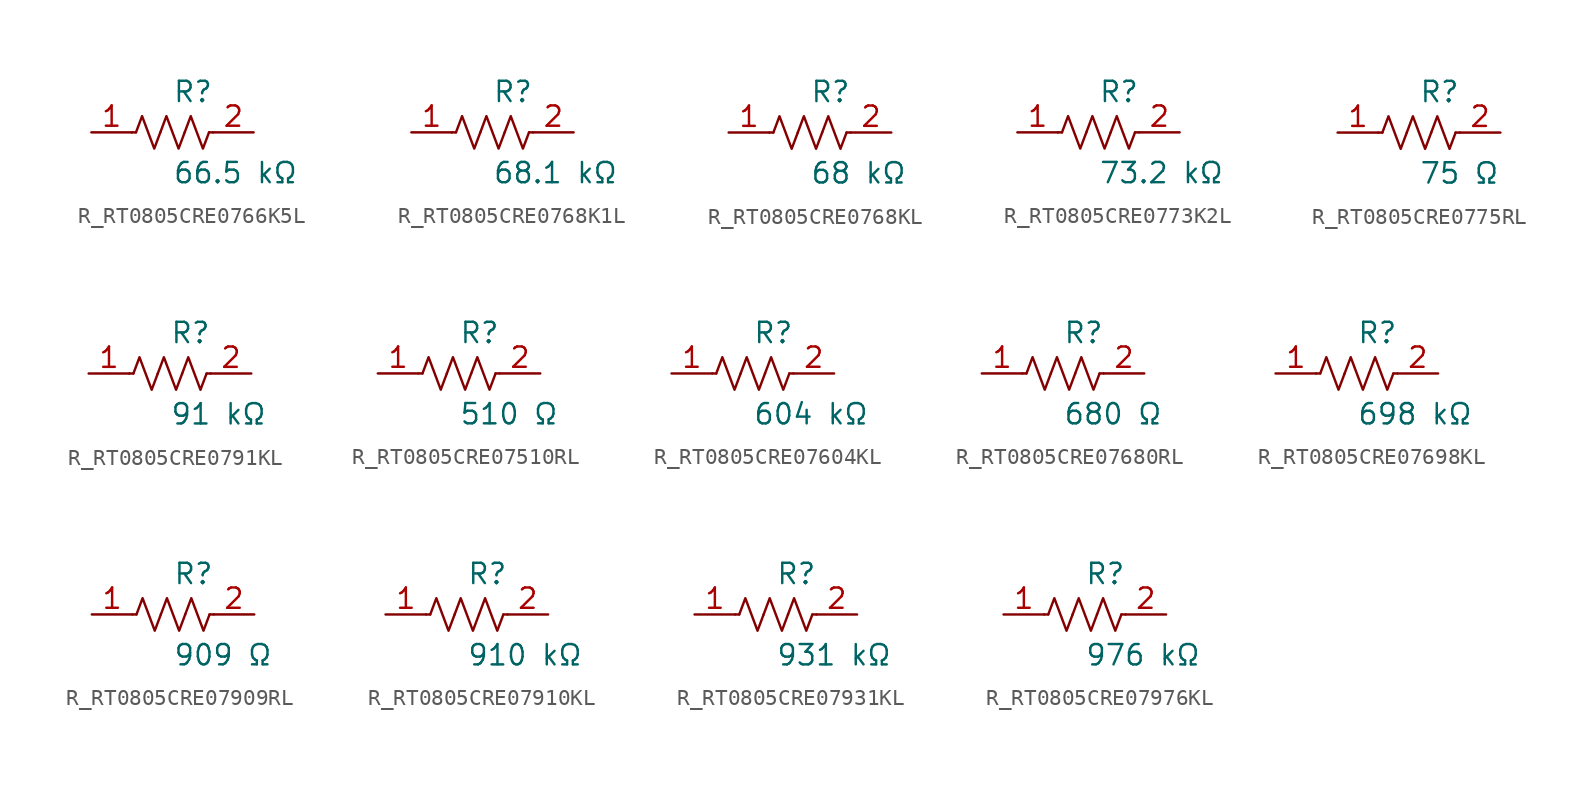
<source format=kicad_sym>
(kicad_symbol_lib
  (version 20231120)
  (generator kicad_symbol_editor)
  (generator_version 8.0)
  (symbol "R_RT0805CRE0766K5L"
    (pin_names
      (offset 0.254))
    (property "Reference" "R"
      (at 0 2.54 0)
      (effects (font (size 1.27 1.27)) (justify left)))
    (property "Value" "66.5 kΩ"
      (at 0 -2.54 0)
      (effects (font (size 1.27 1.27)) (justify left)))
    (symbol "R_RT0805CRE0766K5L_0_1"
      (polyline (pts (xy 2.286 0) (xy 2.54 0)) (stroke (width 0) (type default)) (fill (type none)))
      (polyline (pts (xy -2.286 0) (xy -2.54 0)) (stroke (width 0) (type default)) (fill (type none)))
      (polyline (pts (xy 0.762 0) (xy 1.143 1.016) (xy 1.524 0) (xy 1.905 -1.016) (xy 2.286 0)) (stroke (width 0) (type default)) (fill (type none)))
      (polyline (pts (xy -0.762 0) (xy -0.381 1.016) (xy 0 0) (xy 0.381 -1.016) (xy 0.762 0)) (stroke (width 0) (type default)) (fill (type none)))
      (polyline (pts (xy -2.286 0) (xy -1.905 1.016) (xy -1.524 0) (xy -1.143 -1.016) (xy -0.762 0)) (stroke (width 0) (type default)) (fill (type none))))
    (pin unspecified line
      (at -5.08 0 0)
      (length 2.54)
      (name "" (effects (font (size 1.27 1.27))))
      (number "1" (effects (font (size 1.27 1.27)))))
    (pin unspecified line
      (at 5.08 0 180)
      (length 2.54)
      (name "" (effects (font (size 1.27 1.27))))
      (number "2" (effects (font (size 1.27 1.27))))))
  (symbol "R_RT0805CRE0768K1L"
    (pin_names
      (offset 0.254))
    (property "Reference" "R"
      (at 0 2.54 0)
      (effects (font (size 1.27 1.27)) (justify left)))
    (property "Value" "68.1 kΩ"
      (at 0 -2.54 0)
      (effects (font (size 1.27 1.27)) (justify left)))
    (symbol "R_RT0805CRE0768K1L_0_1"
      (polyline (pts (xy 2.286 0) (xy 2.54 0)) (stroke (width 0) (type default)) (fill (type none)))
      (polyline (pts (xy -2.286 0) (xy -2.54 0)) (stroke (width 0) (type default)) (fill (type none)))
      (polyline (pts (xy 0.762 0) (xy 1.143 1.016) (xy 1.524 0) (xy 1.905 -1.016) (xy 2.286 0)) (stroke (width 0) (type default)) (fill (type none)))
      (polyline (pts (xy -0.762 0) (xy -0.381 1.016) (xy 0 0) (xy 0.381 -1.016) (xy 0.762 0)) (stroke (width 0) (type default)) (fill (type none)))
      (polyline (pts (xy -2.286 0) (xy -1.905 1.016) (xy -1.524 0) (xy -1.143 -1.016) (xy -0.762 0)) (stroke (width 0) (type default)) (fill (type none))))
    (pin unspecified line
      (at -5.08 0 0)
      (length 2.54)
      (name "" (effects (font (size 1.27 1.27))))
      (number "1" (effects (font (size 1.27 1.27)))))
    (pin unspecified line
      (at 5.08 0 180)
      (length 2.54)
      (name "" (effects (font (size 1.27 1.27))))
      (number "2" (effects (font (size 1.27 1.27))))))
  (symbol "R_RT0805CRE0768KL"
    (pin_names
      (offset 0.254))
    (property "Reference" "R"
      (at 0 2.54 0)
      (effects (font (size 1.27 1.27)) (justify left)))
    (property "Value" "68 kΩ"
      (at 0 -2.54 0)
      (effects (font (size 1.27 1.27)) (justify left)))
    (symbol "R_RT0805CRE0768KL_0_1"
      (polyline (pts (xy 2.286 0) (xy 2.54 0)) (stroke (width 0) (type default)) (fill (type none)))
      (polyline (pts (xy -2.286 0) (xy -2.54 0)) (stroke (width 0) (type default)) (fill (type none)))
      (polyline (pts (xy 0.762 0) (xy 1.143 1.016) (xy 1.524 0) (xy 1.905 -1.016) (xy 2.286 0)) (stroke (width 0) (type default)) (fill (type none)))
      (polyline (pts (xy -0.762 0) (xy -0.381 1.016) (xy 0 0) (xy 0.381 -1.016) (xy 0.762 0)) (stroke (width 0) (type default)) (fill (type none)))
      (polyline (pts (xy -2.286 0) (xy -1.905 1.016) (xy -1.524 0) (xy -1.143 -1.016) (xy -0.762 0)) (stroke (width 0) (type default)) (fill (type none))))
    (pin unspecified line
      (at -5.08 0 0)
      (length 2.54)
      (name "" (effects (font (size 1.27 1.27))))
      (number "1" (effects (font (size 1.27 1.27)))))
    (pin unspecified line
      (at 5.08 0 180)
      (length 2.54)
      (name "" (effects (font (size 1.27 1.27))))
      (number "2" (effects (font (size 1.27 1.27))))))
  (symbol "R_RT0805CRE0773K2L"
    (pin_names
      (offset 0.254))
    (property "Reference" "R"
      (at 0 2.54 0)
      (effects (font (size 1.27 1.27)) (justify left)))
    (property "Value" "73.2 kΩ"
      (at 0 -2.54 0)
      (effects (font (size 1.27 1.27)) (justify left)))
    (symbol "R_RT0805CRE0773K2L_0_1"
      (polyline (pts (xy 2.286 0) (xy 2.54 0)) (stroke (width 0) (type default)) (fill (type none)))
      (polyline (pts (xy -2.286 0) (xy -2.54 0)) (stroke (width 0) (type default)) (fill (type none)))
      (polyline (pts (xy 0.762 0) (xy 1.143 1.016) (xy 1.524 0) (xy 1.905 -1.016) (xy 2.286 0)) (stroke (width 0) (type default)) (fill (type none)))
      (polyline (pts (xy -0.762 0) (xy -0.381 1.016) (xy 0 0) (xy 0.381 -1.016) (xy 0.762 0)) (stroke (width 0) (type default)) (fill (type none)))
      (polyline (pts (xy -2.286 0) (xy -1.905 1.016) (xy -1.524 0) (xy -1.143 -1.016) (xy -0.762 0)) (stroke (width 0) (type default)) (fill (type none))))
    (pin unspecified line
      (at -5.08 0 0)
      (length 2.54)
      (name "" (effects (font (size 1.27 1.27))))
      (number "1" (effects (font (size 1.27 1.27)))))
    (pin unspecified line
      (at 5.08 0 180)
      (length 2.54)
      (name "" (effects (font (size 1.27 1.27))))
      (number "2" (effects (font (size 1.27 1.27))))))
  (symbol "R_RT0805CRE0775RL"
    (pin_names
      (offset 0.254))
    (property "Reference" "R"
      (at 0 2.54 0)
      (effects (font (size 1.27 1.27)) (justify left)))
    (property "Value" "75 Ω"
      (at 0 -2.54 0)
      (effects (font (size 1.27 1.27)) (justify left)))
    (symbol "R_RT0805CRE0775RL_0_1"
      (polyline (pts (xy 2.286 0) (xy 2.54 0)) (stroke (width 0) (type default)) (fill (type none)))
      (polyline (pts (xy -2.286 0) (xy -2.54 0)) (stroke (width 0) (type default)) (fill (type none)))
      (polyline (pts (xy 0.762 0) (xy 1.143 1.016) (xy 1.524 0) (xy 1.905 -1.016) (xy 2.286 0)) (stroke (width 0) (type default)) (fill (type none)))
      (polyline (pts (xy -0.762 0) (xy -0.381 1.016) (xy 0 0) (xy 0.381 -1.016) (xy 0.762 0)) (stroke (width 0) (type default)) (fill (type none)))
      (polyline (pts (xy -2.286 0) (xy -1.905 1.016) (xy -1.524 0) (xy -1.143 -1.016) (xy -0.762 0)) (stroke (width 0) (type default)) (fill (type none))))
    (pin unspecified line
      (at -5.08 0 0)
      (length 2.54)
      (name "" (effects (font (size 1.27 1.27))))
      (number "1" (effects (font (size 1.27 1.27)))))
    (pin unspecified line
      (at 5.08 0 180)
      (length 2.54)
      (name "" (effects (font (size 1.27 1.27))))
      (number "2" (effects (font (size 1.27 1.27))))))
  (symbol "R_RT0805CRE0791KL"
    (pin_names
      (offset 0.254))
    (property "Reference" "R"
      (at 0 2.54 0)
      (effects (font (size 1.27 1.27)) (justify left)))
    (property "Value" "91 kΩ"
      (at 0 -2.54 0)
      (effects (font (size 1.27 1.27)) (justify left)))
    (symbol "R_RT0805CRE0791KL_0_1"
      (polyline (pts (xy 2.286 0) (xy 2.54 0)) (stroke (width 0) (type default)) (fill (type none)))
      (polyline (pts (xy -2.286 0) (xy -2.54 0)) (stroke (width 0) (type default)) (fill (type none)))
      (polyline (pts (xy 0.762 0) (xy 1.143 1.016) (xy 1.524 0) (xy 1.905 -1.016) (xy 2.286 0)) (stroke (width 0) (type default)) (fill (type none)))
      (polyline (pts (xy -0.762 0) (xy -0.381 1.016) (xy 0 0) (xy 0.381 -1.016) (xy 0.762 0)) (stroke (width 0) (type default)) (fill (type none)))
      (polyline (pts (xy -2.286 0) (xy -1.905 1.016) (xy -1.524 0) (xy -1.143 -1.016) (xy -0.762 0)) (stroke (width 0) (type default)) (fill (type none))))
    (pin unspecified line
      (at -5.08 0 0)
      (length 2.54)
      (name "" (effects (font (size 1.27 1.27))))
      (number "1" (effects (font (size 1.27 1.27)))))
    (pin unspecified line
      (at 5.08 0 180)
      (length 2.54)
      (name "" (effects (font (size 1.27 1.27))))
      (number "2" (effects (font (size 1.27 1.27))))))
  (symbol "R_RT0805CRE07510RL"
    (pin_names
      (offset 0.254))
    (property "Reference" "R"
      (at 0 2.54 0)
      (effects (font (size 1.27 1.27)) (justify left)))
    (property "Value" "510 Ω"
      (at 0 -2.54 0)
      (effects (font (size 1.27 1.27)) (justify left)))
    (symbol "R_RT0805CRE07510RL_0_1"
      (polyline (pts (xy 2.286 0) (xy 2.54 0)) (stroke (width 0) (type default)) (fill (type none)))
      (polyline (pts (xy -2.286 0) (xy -2.54 0)) (stroke (width 0) (type default)) (fill (type none)))
      (polyline (pts (xy 0.762 0) (xy 1.143 1.016) (xy 1.524 0) (xy 1.905 -1.016) (xy 2.286 0)) (stroke (width 0) (type default)) (fill (type none)))
      (polyline (pts (xy -0.762 0) (xy -0.381 1.016) (xy 0 0) (xy 0.381 -1.016) (xy 0.762 0)) (stroke (width 0) (type default)) (fill (type none)))
      (polyline (pts (xy -2.286 0) (xy -1.905 1.016) (xy -1.524 0) (xy -1.143 -1.016) (xy -0.762 0)) (stroke (width 0) (type default)) (fill (type none))))
    (pin unspecified line
      (at -5.08 0 0)
      (length 2.54)
      (name "" (effects (font (size 1.27 1.27))))
      (number "1" (effects (font (size 1.27 1.27)))))
    (pin unspecified line
      (at 5.08 0 180)
      (length 2.54)
      (name "" (effects (font (size 1.27 1.27))))
      (number "2" (effects (font (size 1.27 1.27))))))
  (symbol "R_RT0805CRE07604KL"
    (pin_names
      (offset 0.254))
    (property "Reference" "R"
      (at 0 2.54 0)
      (effects (font (size 1.27 1.27)) (justify left)))
    (property "Value" "604 kΩ"
      (at 0 -2.54 0)
      (effects (font (size 1.27 1.27)) (justify left)))
    (symbol "R_RT0805CRE07604KL_0_1"
      (polyline (pts (xy 2.286 0) (xy 2.54 0)) (stroke (width 0) (type default)) (fill (type none)))
      (polyline (pts (xy -2.286 0) (xy -2.54 0)) (stroke (width 0) (type default)) (fill (type none)))
      (polyline (pts (xy 0.762 0) (xy 1.143 1.016) (xy 1.524 0) (xy 1.905 -1.016) (xy 2.286 0)) (stroke (width 0) (type default)) (fill (type none)))
      (polyline (pts (xy -0.762 0) (xy -0.381 1.016) (xy 0 0) (xy 0.381 -1.016) (xy 0.762 0)) (stroke (width 0) (type default)) (fill (type none)))
      (polyline (pts (xy -2.286 0) (xy -1.905 1.016) (xy -1.524 0) (xy -1.143 -1.016) (xy -0.762 0)) (stroke (width 0) (type default)) (fill (type none))))
    (pin unspecified line
      (at -5.08 0 0)
      (length 2.54)
      (name "" (effects (font (size 1.27 1.27))))
      (number "1" (effects (font (size 1.27 1.27)))))
    (pin unspecified line
      (at 5.08 0 180)
      (length 2.54)
      (name "" (effects (font (size 1.27 1.27))))
      (number "2" (effects (font (size 1.27 1.27))))))
  (symbol "R_RT0805CRE07680RL"
    (pin_names
      (offset 0.254))
    (property "Reference" "R"
      (at 0 2.54 0)
      (effects (font (size 1.27 1.27)) (justify left)))
    (property "Value" "680 Ω"
      (at 0 -2.54 0)
      (effects (font (size 1.27 1.27)) (justify left)))
    (symbol "R_RT0805CRE07680RL_0_1"
      (polyline (pts (xy 2.286 0) (xy 2.54 0)) (stroke (width 0) (type default)) (fill (type none)))
      (polyline (pts (xy -2.286 0) (xy -2.54 0)) (stroke (width 0) (type default)) (fill (type none)))
      (polyline (pts (xy 0.762 0) (xy 1.143 1.016) (xy 1.524 0) (xy 1.905 -1.016) (xy 2.286 0)) (stroke (width 0) (type default)) (fill (type none)))
      (polyline (pts (xy -0.762 0) (xy -0.381 1.016) (xy 0 0) (xy 0.381 -1.016) (xy 0.762 0)) (stroke (width 0) (type default)) (fill (type none)))
      (polyline (pts (xy -2.286 0) (xy -1.905 1.016) (xy -1.524 0) (xy -1.143 -1.016) (xy -0.762 0)) (stroke (width 0) (type default)) (fill (type none))))
    (pin unspecified line
      (at -5.08 0 0)
      (length 2.54)
      (name "" (effects (font (size 1.27 1.27))))
      (number "1" (effects (font (size 1.27 1.27)))))
    (pin unspecified line
      (at 5.08 0 180)
      (length 2.54)
      (name "" (effects (font (size 1.27 1.27))))
      (number "2" (effects (font (size 1.27 1.27))))))
  (symbol "R_RT0805CRE07698KL"
    (pin_names
      (offset 0.254))
    (property "Reference" "R"
      (at 0 2.54 0)
      (effects (font (size 1.27 1.27)) (justify left)))
    (property "Value" "698 kΩ"
      (at 0 -2.54 0)
      (effects (font (size 1.27 1.27)) (justify left)))
    (symbol "R_RT0805CRE07698KL_0_1"
      (polyline (pts (xy 2.286 0) (xy 2.54 0)) (stroke (width 0) (type default)) (fill (type none)))
      (polyline (pts (xy -2.286 0) (xy -2.54 0)) (stroke (width 0) (type default)) (fill (type none)))
      (polyline (pts (xy 0.762 0) (xy 1.143 1.016) (xy 1.524 0) (xy 1.905 -1.016) (xy 2.286 0)) (stroke (width 0) (type default)) (fill (type none)))
      (polyline (pts (xy -0.762 0) (xy -0.381 1.016) (xy 0 0) (xy 0.381 -1.016) (xy 0.762 0)) (stroke (width 0) (type default)) (fill (type none)))
      (polyline (pts (xy -2.286 0) (xy -1.905 1.016) (xy -1.524 0) (xy -1.143 -1.016) (xy -0.762 0)) (stroke (width 0) (type default)) (fill (type none))))
    (pin unspecified line
      (at -5.08 0 0)
      (length 2.54)
      (name "" (effects (font (size 1.27 1.27))))
      (number "1" (effects (font (size 1.27 1.27)))))
    (pin unspecified line
      (at 5.08 0 180)
      (length 2.54)
      (name "" (effects (font (size 1.27 1.27))))
      (number "2" (effects (font (size 1.27 1.27))))))
  (symbol "R_RT0805CRE07909RL"
    (pin_names
      (offset 0.254))
    (property "Reference" "R"
      (at 0 2.54 0)
      (effects (font (size 1.27 1.27)) (justify left)))
    (property "Value" "909 Ω"
      (at 0 -2.54 0)
      (effects (font (size 1.27 1.27)) (justify left)))
    (symbol "R_RT0805CRE07909RL_0_1"
      (polyline (pts (xy 2.286 0) (xy 2.54 0)) (stroke (width 0) (type default)) (fill (type none)))
      (polyline (pts (xy -2.286 0) (xy -2.54 0)) (stroke (width 0) (type default)) (fill (type none)))
      (polyline (pts (xy 0.762 0) (xy 1.143 1.016) (xy 1.524 0) (xy 1.905 -1.016) (xy 2.286 0)) (stroke (width 0) (type default)) (fill (type none)))
      (polyline (pts (xy -0.762 0) (xy -0.381 1.016) (xy 0 0) (xy 0.381 -1.016) (xy 0.762 0)) (stroke (width 0) (type default)) (fill (type none)))
      (polyline (pts (xy -2.286 0) (xy -1.905 1.016) (xy -1.524 0) (xy -1.143 -1.016) (xy -0.762 0)) (stroke (width 0) (type default)) (fill (type none))))
    (pin unspecified line
      (at -5.08 0 0)
      (length 2.54)
      (name "" (effects (font (size 1.27 1.27))))
      (number "1" (effects (font (size 1.27 1.27)))))
    (pin unspecified line
      (at 5.08 0 180)
      (length 2.54)
      (name "" (effects (font (size 1.27 1.27))))
      (number "2" (effects (font (size 1.27 1.27))))))
  (symbol "R_RT0805CRE07910KL"
    (pin_names
      (offset 0.254))
    (property "Reference" "R"
      (at 0 2.54 0)
      (effects (font (size 1.27 1.27)) (justify left)))
    (property "Value" "910 kΩ"
      (at 0 -2.54 0)
      (effects (font (size 1.27 1.27)) (justify left)))
    (symbol "R_RT0805CRE07910KL_0_1"
      (polyline (pts (xy 2.286 0) (xy 2.54 0)) (stroke (width 0) (type default)) (fill (type none)))
      (polyline (pts (xy -2.286 0) (xy -2.54 0)) (stroke (width 0) (type default)) (fill (type none)))
      (polyline (pts (xy 0.762 0) (xy 1.143 1.016) (xy 1.524 0) (xy 1.905 -1.016) (xy 2.286 0)) (stroke (width 0) (type default)) (fill (type none)))
      (polyline (pts (xy -0.762 0) (xy -0.381 1.016) (xy 0 0) (xy 0.381 -1.016) (xy 0.762 0)) (stroke (width 0) (type default)) (fill (type none)))
      (polyline (pts (xy -2.286 0) (xy -1.905 1.016) (xy -1.524 0) (xy -1.143 -1.016) (xy -0.762 0)) (stroke (width 0) (type default)) (fill (type none))))
    (pin unspecified line
      (at -5.08 0 0)
      (length 2.54)
      (name "" (effects (font (size 1.27 1.27))))
      (number "1" (effects (font (size 1.27 1.27)))))
    (pin unspecified line
      (at 5.08 0 180)
      (length 2.54)
      (name "" (effects (font (size 1.27 1.27))))
      (number "2" (effects (font (size 1.27 1.27))))))
  (symbol "R_RT0805CRE07931KL"
    (pin_names
      (offset 0.254))
    (property "Reference" "R"
      (at 0 2.54 0)
      (effects (font (size 1.27 1.27)) (justify left)))
    (property "Value" "931 kΩ"
      (at 0 -2.54 0)
      (effects (font (size 1.27 1.27)) (justify left)))
    (symbol "R_RT0805CRE07931KL_0_1"
      (polyline (pts (xy 2.286 0) (xy 2.54 0)) (stroke (width 0) (type default)) (fill (type none)))
      (polyline (pts (xy -2.286 0) (xy -2.54 0)) (stroke (width 0) (type default)) (fill (type none)))
      (polyline (pts (xy 0.762 0) (xy 1.143 1.016) (xy 1.524 0) (xy 1.905 -1.016) (xy 2.286 0)) (stroke (width 0) (type default)) (fill (type none)))
      (polyline (pts (xy -0.762 0) (xy -0.381 1.016) (xy 0 0) (xy 0.381 -1.016) (xy 0.762 0)) (stroke (width 0) (type default)) (fill (type none)))
      (polyline (pts (xy -2.286 0) (xy -1.905 1.016) (xy -1.524 0) (xy -1.143 -1.016) (xy -0.762 0)) (stroke (width 0) (type default)) (fill (type none))))
    (pin unspecified line
      (at -5.08 0 0)
      (length 2.54)
      (name "" (effects (font (size 1.27 1.27))))
      (number "1" (effects (font (size 1.27 1.27)))))
    (pin unspecified line
      (at 5.08 0 180)
      (length 2.54)
      (name "" (effects (font (size 1.27 1.27))))
      (number "2" (effects (font (size 1.27 1.27))))))
  (symbol "R_RT0805CRE07976KL"
    (pin_names
      (offset 0.254))
    (property "Reference" "R"
      (at 0 2.54 0)
      (effects (font (size 1.27 1.27)) (justify left)))
    (property "Value" "976 kΩ"
      (at 0 -2.54 0)
      (effects (font (size 1.27 1.27)) (justify left)))
    (symbol "R_RT0805CRE07976KL_0_1"
      (polyline (pts (xy 2.286 0) (xy 2.54 0)) (stroke (width 0) (type default)) (fill (type none)))
      (polyline (pts (xy -2.286 0) (xy -2.54 0)) (stroke (width 0) (type default)) (fill (type none)))
      (polyline (pts (xy 0.762 0) (xy 1.143 1.016) (xy 1.524 0) (xy 1.905 -1.016) (xy 2.286 0)) (stroke (width 0) (type default)) (fill (type none)))
      (polyline (pts (xy -0.762 0) (xy -0.381 1.016) (xy 0 0) (xy 0.381 -1.016) (xy 0.762 0)) (stroke (width 0) (type default)) (fill (type none)))
      (polyline (pts (xy -2.286 0) (xy -1.905 1.016) (xy -1.524 0) (xy -1.143 -1.016) (xy -0.762 0)) (stroke (width 0) (type default)) (fill (type none))))
    (pin unspecified line
      (at -5.08 0 0)
      (length 2.54)
      (name "" (effects (font (size 1.27 1.27))))
      (number "1" (effects (font (size 1.27 1.27)))))
    (pin unspecified line
      (at 5.08 0 180)
      (length 2.54)
      (name "" (effects (font (size 1.27 1.27))))
      (number "2" (effects (font (size 1.27 1.27)))))))
</source>
